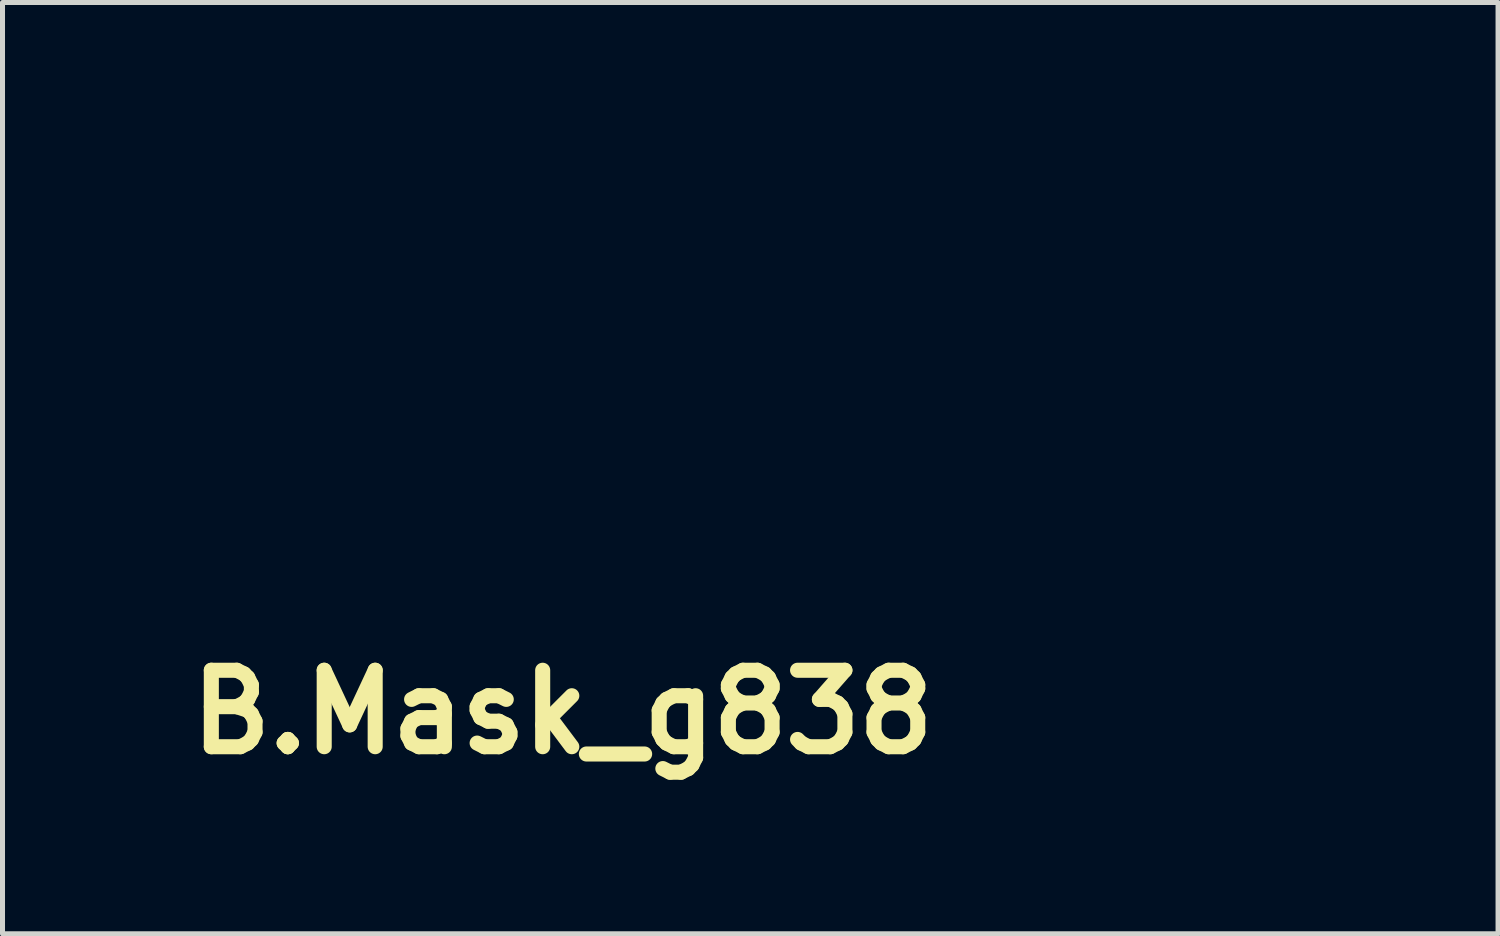
<source format=kicad_pcb>
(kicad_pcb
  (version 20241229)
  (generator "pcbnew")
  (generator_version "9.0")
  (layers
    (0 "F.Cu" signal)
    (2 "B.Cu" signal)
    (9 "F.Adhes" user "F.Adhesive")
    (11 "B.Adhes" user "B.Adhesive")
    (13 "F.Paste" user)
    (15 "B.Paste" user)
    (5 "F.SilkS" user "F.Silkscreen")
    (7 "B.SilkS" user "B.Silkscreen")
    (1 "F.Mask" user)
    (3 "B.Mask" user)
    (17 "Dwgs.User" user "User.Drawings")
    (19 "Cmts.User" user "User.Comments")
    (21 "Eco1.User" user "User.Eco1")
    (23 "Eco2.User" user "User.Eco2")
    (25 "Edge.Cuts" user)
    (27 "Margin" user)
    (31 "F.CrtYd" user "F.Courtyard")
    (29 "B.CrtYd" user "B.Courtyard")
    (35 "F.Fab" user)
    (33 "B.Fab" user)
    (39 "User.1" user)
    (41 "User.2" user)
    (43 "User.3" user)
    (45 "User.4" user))
  (footprint "B.Mask_g838"
    (layer "F.Cu")
    (at 8.165 11.143)
    (property "Reference" "B.Mask_g838" (at 0 0 0) (layer "F.SilkS") (effects (font (size 1.524 1.524) (thickness 0.3))))
    (attr through_hole)
    (fp_poly (pts (xy -5.656 -11.03) (xy -5.563 -11.025) (xy -5.455 -11.009) (xy -5.326 -10.983) (xy -5.258 -10.968) (xy -5.019 -10.917) (xy -4.758 -10.874) (xy -4.474 -10.839) (xy -4.163 -10.811) (xy -3.826 -10.79) (xy -3.459 -10.776) (xy -3.062 -10.77) (xy -2.889 -10.769) (xy -2.362 -10.769) (xy -2.176 -10.548) (xy -1.997 -10.329) (xy -1.839 -10.12) (xy -1.696 -9.915) (xy -1.564 -9.703) (xy -1.437 -9.477) (xy -1.307 -9.227) (xy -1.296 -9.203) (xy -1.187 -8.977) (xy -1.098 -8.775) (xy -1.026 -8.591) (xy -0.971 -8.422) (xy -0.93 -8.264) (xy -0.902 -8.113) (xy -0.897 -8.075) (xy -0.892 -8.019) (xy -0.888 -7.932) (xy -0.883 -7.819) (xy -0.88 -7.684) (xy -0.876 -7.529) (xy -0.873 -7.359) (xy -0.871 -7.177) (xy -0.869 -6.987) (xy -0.868 -6.792) (xy -0.867 -6.598) (xy -0.866 -6.406) (xy -0.867 -6.221) (xy -0.868 -6.046) (xy -0.869 -5.885) (xy -0.871 -5.743) (xy -0.874 -5.621) (xy -0.878 -5.525) (xy -0.879 -5.514) (xy -0.892 -5.299) (xy -0.91 -5.105) (xy -0.934 -4.927) (xy -0.966 -4.757) (xy -1.006 -4.589) (xy -1.056 -4.415) (xy -1.119 -4.229) (xy -1.195 -4.024) (xy -1.25 -3.885) (xy -1.391 -3.561) (xy -1.55 -3.245) (xy -1.723 -2.945) (xy -1.908 -2.667) (xy -2.065 -2.458) (xy -2.143 -2.367) (xy -2.237 -2.265) (xy -2.34 -2.158) (xy -2.446 -2.054) (xy -2.548 -1.959) (xy -2.64 -1.879) (xy -2.687 -1.841) (xy -2.928 -1.676) (xy -3.194 -1.532) (xy -3.482 -1.408) (xy -3.787 -1.307) (xy -4.106 -1.23) (xy -4.371 -1.186) (xy -4.482 -1.171) (xy -4.569 -1.161) (xy -4.639 -1.156) (xy -4.703 -1.156) (xy -4.769 -1.16) (xy -4.845 -1.169) (xy -4.941 -1.183) (xy -4.961 -1.186) (xy -5.217 -1.231) (xy -5.446 -1.286) (xy -5.656 -1.355) (xy -5.854 -1.438) (xy -6.048 -1.541) (xy -6.233 -1.657) (xy -6.493 -1.851) (xy -6.739 -2.074) (xy -6.97 -2.324) (xy -7.184 -2.598) (xy -7.381 -2.895) (xy -7.559 -3.212) (xy -7.716 -3.546) (xy -7.852 -3.895) (xy -7.965 -4.258) (xy -8.054 -4.631) (xy -8.118 -5.013) (xy -8.121 -5.038) (xy -8.135 -5.179) (xy -8.146 -5.349) (xy -8.154 -5.541) (xy -8.158 -5.749) (xy -8.16 -5.968) (xy -8.158 -6.192) (xy -8.157 -6.237) (xy -6.82 -6.237) (xy -6.82 -6.078) (xy -6.818 -5.913) (xy -6.815 -5.751) (xy -6.81 -5.597) (xy -6.803 -5.46) (xy -6.795 -5.346) (xy -6.791 -5.309) (xy -6.74 -4.931) (xy -6.67 -4.581) (xy -6.581 -4.257) (xy -6.472 -3.957) (xy -6.344 -3.681) (xy -6.194 -3.427) (xy -6.024 -3.193) (xy -5.831 -2.978) (xy -5.78 -2.928) (xy -5.606 -2.777) (xy -5.421 -2.649) (xy -5.231 -2.547) (xy -5.04 -2.473) (xy -4.909 -2.44) (xy -4.83 -2.43) (xy -4.728 -2.425) (xy -4.613 -2.425) (xy -4.496 -2.429) (xy -4.387 -2.438) (xy -4.326 -2.446) (xy -4.104 -2.499) (xy -3.886 -2.585) (xy -3.672 -2.702) (xy -3.465 -2.848) (xy -3.267 -3.024) (xy -3.079 -3.226) (xy -2.903 -3.455) (xy -2.841 -3.548) (xy -2.73 -3.732) (xy -2.62 -3.942) (xy -2.515 -4.171) (xy -2.417 -4.411) (xy -2.331 -4.655) (xy -2.259 -4.891) (xy -2.226 -5.015) (xy -2.198 -5.13) (xy -2.176 -5.24) (xy -2.157 -5.349) (xy -2.143 -5.462) (xy -2.132 -5.582) (xy -2.125 -5.714) (xy -2.12 -5.862) (xy -2.118 -6.032) (xy -2.119 -6.226) (xy -2.121 -6.449) (xy -2.122 -6.469) (xy -2.124 -6.658) (xy -2.128 -6.819) (xy -2.132 -6.955) (xy -2.138 -7.071) (xy -2.146 -7.172) (xy -2.156 -7.264) (xy -2.169 -7.349) (xy -2.186 -7.435) (xy -2.207 -7.524) (xy -2.233 -7.621) (xy -2.252 -7.694) (xy -2.36 -8.039) (xy -2.486 -8.36) (xy -2.629 -8.657) (xy -2.788 -8.927) (xy -2.937 -9.135) (xy -3.118 -9.343) (xy -3.309 -9.522) (xy -3.509 -9.671) (xy -3.716 -9.79) (xy -3.93 -9.878) (xy -4.149 -9.935) (xy -4.37 -9.961) (xy -4.593 -9.954) (xy -4.817 -9.914) (xy -5.03 -9.845) (xy -5.218 -9.754) (xy -5.407 -9.635) (xy -5.589 -9.491) (xy -5.76 -9.328) (xy -5.853 -9.223) (xy -6.052 -8.961) (xy -6.229 -8.674) (xy -6.384 -8.362) (xy -6.517 -8.028) (xy -6.628 -7.672) (xy -6.715 -7.296) (xy -6.778 -6.901) (xy -6.809 -6.612) (xy -6.815 -6.512) (xy -6.819 -6.384) (xy -6.82 -6.237) (xy -8.157 -6.237) (xy -8.153 -6.415) (xy -8.146 -6.631) (xy -8.135 -6.835) (xy -8.122 -7.02) (xy -8.105 -7.182) (xy -8.101 -7.214) (xy -8.047 -7.543) (xy -7.97 -7.884) (xy -7.872 -8.23) (xy -7.755 -8.575) (xy -7.623 -8.913) (xy -7.476 -9.237) (xy -7.318 -9.541) (xy -7.151 -9.819) (xy -7.133 -9.846) (xy -7.006 -10.021) (xy -6.86 -10.197) (xy -6.7 -10.369) (xy -6.53 -10.532) (xy -6.356 -10.681) (xy -6.183 -10.812) (xy -6.016 -10.919) (xy -5.927 -10.968) (xy -5.861 -11) (xy -5.81 -11.019) (xy -5.761 -11.028) (xy -5.7 -11.031) (xy -5.656 -11.03)) (stroke (width 0.01) (type solid)) (fill yes) (layer "B.Mask"))
    (fp_poly (pts (xy 13.368 -11.135) (xy 13.437 -11.128) (xy 13.544 -11.097) (xy 13.668 -11.045) (xy 13.803 -10.973) (xy 13.943 -10.885) (xy 14.083 -10.786) (xy 14.217 -10.677) (xy 14.329 -10.573) (xy 14.469 -10.428) (xy 14.595 -10.281) (xy 14.71 -10.126) (xy 14.82 -9.957) (xy 14.928 -9.769) (xy 15.039 -9.553) (xy 15.045 -9.542) (xy 15.193 -9.225) (xy 15.317 -8.924) (xy 15.418 -8.632) (xy 15.498 -8.343) (xy 15.559 -8.051) (xy 15.603 -7.749) (xy 15.616 -7.628) (xy 15.621 -7.553) (xy 15.626 -7.448) (xy 15.63 -7.319) (xy 15.633 -7.168) (xy 15.635 -7.001) (xy 15.637 -6.821) (xy 15.637 -6.634) (xy 15.637 -6.444) (xy 15.637 -6.254) (xy 15.635 -6.07) (xy 15.633 -5.895) (xy 15.63 -5.734) (xy 15.627 -5.592) (xy 15.623 -5.472) (xy 15.618 -5.38) (xy 15.615 -5.351) (xy 15.586 -5.072) (xy 15.548 -4.818) (xy 15.501 -4.578) (xy 15.44 -4.345) (xy 15.365 -4.108) (xy 15.273 -3.859) (xy 15.257 -3.818) (xy 15.123 -3.498) (xy 14.986 -3.209) (xy 14.844 -2.947) (xy 14.695 -2.709) (xy 14.537 -2.492) (xy 14.368 -2.293) (xy 14.213 -2.133) (xy 14.038 -1.974) (xy 13.86 -1.835) (xy 13.676 -1.713) (xy 13.478 -1.604) (xy 13.26 -1.506) (xy 13.018 -1.414) (xy 12.893 -1.372) (xy 12.689 -1.31) (xy 12.503 -1.263) (xy 12.324 -1.229) (xy 12.143 -1.205) (xy 12.127 -1.203) (xy 12.031 -1.194) (xy 11.956 -1.189) (xy 11.888 -1.189) (xy 11.814 -1.192) (xy 11.722 -1.2) (xy 11.699 -1.202) (xy 11.464 -1.239) (xy 11.217 -1.305) (xy 10.964 -1.398) (xy 10.706 -1.517) (xy 10.449 -1.66) (xy 10.196 -1.826) (xy 10.092 -1.901) (xy 9.977 -1.993) (xy 9.853 -2.102) (xy 9.728 -2.222) (xy 9.609 -2.343) (xy 9.504 -2.459) (xy 9.431 -2.548) (xy 9.254 -2.803) (xy 9.088 -3.084) (xy 8.936 -3.384) (xy 8.8 -3.697) (xy 8.684 -4.017) (xy 8.59 -4.336) (xy 8.521 -4.648) (xy 8.492 -4.826) (xy 8.481 -4.936) (xy 8.47 -5.076) (xy 8.461 -5.24) (xy 8.453 -5.425) (xy 8.446 -5.625) (xy 8.442 -5.837) (xy 8.439 -6.056) (xy 8.438 -6.125) (xy 9.653 -6.125) (xy 9.662 -5.71) (xy 9.7 -5.306) (xy 9.72 -5.169) (xy 9.788 -4.823) (xy 9.878 -4.493) (xy 9.988 -4.182) (xy 10.117 -3.891) (xy 10.266 -3.621) (xy 10.432 -3.374) (xy 10.615 -3.152) (xy 10.814 -2.955) (xy 11.027 -2.784) (xy 11.254 -2.643) (xy 11.494 -2.531) (xy 11.631 -2.482) (xy 11.777 -2.441) (xy 11.907 -2.416) (xy 12.033 -2.408) (xy 12.166 -2.413) (xy 12.302 -2.43) (xy 12.503 -2.47) (xy 12.686 -2.529) (xy 12.856 -2.611) (xy 13.02 -2.717) (xy 13.184 -2.852) (xy 13.248 -2.912) (xy 13.44 -3.118) (xy 13.617 -3.353) (xy 13.779 -3.613) (xy 13.924 -3.897) (xy 14.053 -4.201) (xy 14.165 -4.523) (xy 14.258 -4.86) (xy 14.333 -5.21) (xy 14.388 -5.57) (xy 14.422 -5.937) (xy 14.436 -6.31) (xy 14.428 -6.684) (xy 14.398 -7.059) (xy 14.385 -7.172) (xy 14.321 -7.568) (xy 14.234 -7.941) (xy 14.126 -8.291) (xy 13.996 -8.617) (xy 13.845 -8.918) (xy 13.673 -9.194) (xy 13.48 -9.443) (xy 13.29 -9.645) (xy 13.138 -9.78) (xy 12.99 -9.887) (xy 12.841 -9.969) (xy 12.684 -10.028) (xy 12.512 -10.067) (xy 12.321 -10.087) (xy 12.149 -10.092) (xy 12.02 -10.091) (xy 11.916 -10.084) (xy 11.825 -10.071) (xy 11.74 -10.049) (xy 11.65 -10.015) (xy 11.545 -9.968) (xy 11.486 -9.94) (xy 11.252 -9.807) (xy 11.029 -9.644) (xy 10.819 -9.452) (xy 10.622 -9.233) (xy 10.441 -8.989) (xy 10.276 -8.722) (xy 10.129 -8.433) (xy 10.001 -8.125) (xy 9.894 -7.799) (xy 9.891 -7.787) (xy 9.79 -7.382) (xy 9.717 -6.966) (xy 9.671 -6.545) (xy 9.653 -6.125) (xy 8.438 -6.125) (xy 8.437 -6.277) (xy 8.438 -6.496) (xy 8.441 -6.708) (xy 8.446 -6.91) (xy 8.447 -6.947) (xy 8.453 -7.104) (xy 8.459 -7.255) (xy 8.466 -7.394) (xy 8.474 -7.519) (xy 8.481 -7.622) (xy 8.488 -7.7) (xy 8.492 -7.739) (xy 8.543 -8.001) (xy 8.617 -8.281) (xy 8.71 -8.572) (xy 8.821 -8.87) (xy 8.947 -9.168) (xy 9.086 -9.461) (xy 9.235 -9.743) (xy 9.392 -10.009) (xy 9.555 -10.253) (xy 9.607 -10.324) (xy 9.673 -10.409) (xy 9.751 -10.5) (xy 9.835 -10.594) (xy 9.922 -10.685) (xy 10.006 -10.769) (xy 10.083 -10.842) (xy 10.149 -10.898) (xy 10.199 -10.933) (xy 10.206 -10.937) (xy 10.243 -10.955) (xy 10.279 -10.97) (xy 10.317 -10.983) (xy 10.36 -10.995) (xy 10.411 -11.004) (xy 10.472 -11.011) (xy 10.547 -11.018) (xy 10.638 -11.023) (xy 10.749 -11.027) (xy 10.882 -11.031) (xy 11.041 -11.034) (xy 11.227 -11.038) (xy 11.438 -11.041) (xy 11.66 -11.045) (xy 11.85 -11.048) (xy 12.014 -11.052) (xy 12.155 -11.056) (xy 12.277 -11.06) (xy 12.382 -11.065) (xy 12.475 -11.071) (xy 12.56 -11.077) (xy 12.639 -11.085) (xy 12.716 -11.094) (xy 12.796 -11.105) (xy 12.81 -11.107) (xy 12.922 -11.12) (xy 13.043 -11.13) (xy 13.163 -11.136) (xy 13.274 -11.138) (xy 13.368 -11.135)) (stroke (width 0.01) (type solid)) (fill yes) (layer "B.Mask")))
  (gr_rect
    (start -3 -3)
    (end 26.807 15.561)
    (stroke (width 0.1) (type default))
    (fill no)
    (layer "Edge.Cuts")))
</source>
